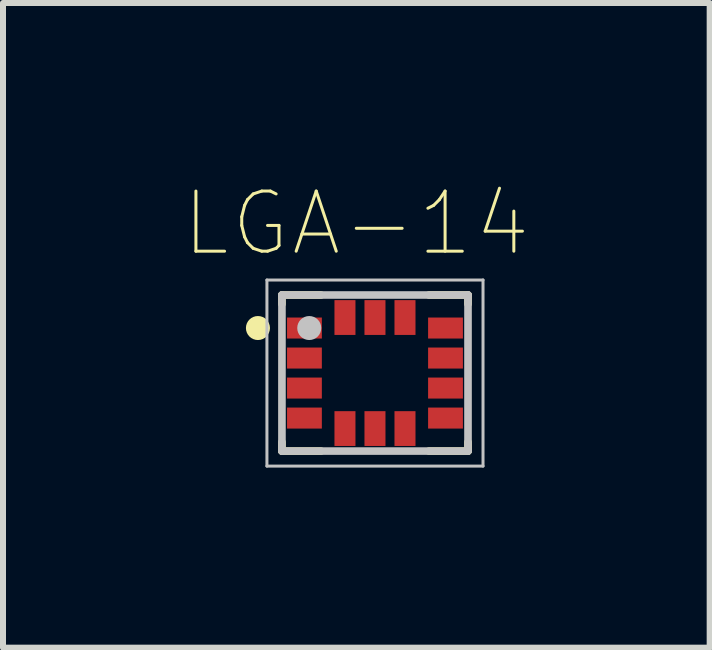
<source format=kicad_pcb>
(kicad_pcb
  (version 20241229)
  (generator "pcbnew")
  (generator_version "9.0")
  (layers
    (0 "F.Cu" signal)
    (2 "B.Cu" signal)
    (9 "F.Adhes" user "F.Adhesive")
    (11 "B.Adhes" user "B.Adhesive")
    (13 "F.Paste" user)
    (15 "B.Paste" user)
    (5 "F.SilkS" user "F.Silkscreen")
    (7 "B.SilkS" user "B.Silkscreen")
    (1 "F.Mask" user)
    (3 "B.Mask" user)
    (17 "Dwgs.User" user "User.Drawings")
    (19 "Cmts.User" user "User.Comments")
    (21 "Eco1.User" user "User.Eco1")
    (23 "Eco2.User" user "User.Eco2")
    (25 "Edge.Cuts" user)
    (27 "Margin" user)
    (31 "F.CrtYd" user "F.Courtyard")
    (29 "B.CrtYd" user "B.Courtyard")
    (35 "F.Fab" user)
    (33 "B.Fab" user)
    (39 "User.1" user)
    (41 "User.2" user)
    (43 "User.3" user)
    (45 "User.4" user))
  (footprint "LGA-14"
    (layer "F.Cu")
    (at 3.197 3.165)
    (property "Reference" "LGA-14" (at -0.311 -2.491 0) (layer "F.SilkS") (effects (font (size 1.002 1.002) (thickness 0.05))))
    (attr smd)
    (fp_line (start -1.55 -1.3) (end -1.55 -1.15) (stroke (width 0.127) (type solid)) (layer "F.SilkS"))
    (fp_line (start -1.55 1.15) (end -1.55 1.3) (stroke (width 0.127) (type solid)) (layer "F.SilkS"))
    (fp_line (start -1.55 1.3) (end -0.9 1.3) (stroke (width 0.127) (type solid)) (layer "F.SilkS"))
    (fp_line (start -0.9 -1.3) (end -1.55 -1.3) (stroke (width 0.127) (type solid)) (layer "F.SilkS"))
    (fp_line (start 0.9 -1.3) (end 1.55 -1.3) (stroke (width 0.127) (type solid)) (layer "F.SilkS"))
    (fp_line (start 1.55 -1.3) (end 1.55 -1.15) (stroke (width 0.127) (type solid)) (layer "F.SilkS"))
    (fp_line (start 1.55 1.15) (end 1.55 1.3) (stroke (width 0.127) (type solid)) (layer "F.SilkS"))
    (fp_line (start 1.55 1.3) (end 0.9 1.3) (stroke (width 0.127) (type solid)) (layer "F.SilkS"))
    (fp_circle (center -1.95 -0.75) (end -1.85 -0.75) (stroke (width 0.2) (type solid)) (fill no) (layer "F.SilkS"))
    (fp_line (start -1.8 -1.55) (end 1.8 -1.55) (stroke (width 0.05) (type solid)) (layer "Dwgs.User"))
    (fp_line (start -1.8 1.55) (end -1.8 -1.55) (stroke (width 0.05) (type solid)) (layer "Dwgs.User"))
    (fp_line (start -1.55 -1.3) (end 1.55 -1.3) (stroke (width 0.127) (type solid)) (layer "Dwgs.User"))
    (fp_line (start -1.55 1.3) (end -1.55 -1.3) (stroke (width 0.127) (type solid)) (layer "Dwgs.User"))
    (fp_line (start 1.55 -1.3) (end 1.55 1.3) (stroke (width 0.127) (type solid)) (layer "Dwgs.User"))
    (fp_line (start 1.55 1.3) (end -1.55 1.3) (stroke (width 0.127) (type solid)) (layer "Dwgs.User"))
    (fp_line (start 1.8 -1.55) (end 1.8 1.55) (stroke (width 0.05) (type solid)) (layer "Dwgs.User"))
    (fp_line (start 1.8 1.55) (end -1.8 1.55) (stroke (width 0.05) (type solid)) (layer "Dwgs.User"))
    (fp_circle (center -1.095 -0.75) (end -0.995 -0.75) (stroke (width 0.2) (type solid)) (fill no) (layer "Dwgs.User"))
    (pad "1" smd rect (at -1.175 -0.75 180) (size 0.58 0.35) (layers "F.Cu" "F.Mask" "F.Paste"))
    (pad "2" smd rect (at -1.175 -0.25 180) (size 0.58 0.35) (layers "F.Cu" "F.Mask" "F.Paste"))
    (pad "3" smd rect (at -1.175 0.25 180) (size 0.58 0.35) (layers "F.Cu" "F.Mask" "F.Paste"))
    (pad "4" smd rect (at -1.175 0.75 180) (size 0.58 0.35) (layers "F.Cu" "F.Mask" "F.Paste"))
    (pad "5" smd rect (at -0.5 0.925 90) (size 0.58 0.35) (layers "F.Cu" "F.Mask" "F.Paste"))
    (pad "6" smd rect (at 0 0.925 90) (size 0.58 0.35) (layers "F.Cu" "F.Mask" "F.Paste"))
    (pad "7" smd rect (at 0.5 0.925 90) (size 0.58 0.35) (layers "F.Cu" "F.Mask" "F.Paste"))
    (pad "8" smd rect (at 1.175 0.75 180) (size 0.58 0.35) (layers "F.Cu" "F.Mask" "F.Paste"))
    (pad "9" smd rect (at 1.175 0.25 180) (size 0.58 0.35) (layers "F.Cu" "F.Mask" "F.Paste"))
    (pad "10" smd rect (at 1.175 -0.25 180) (size 0.58 0.35) (layers "F.Cu" "F.Mask" "F.Paste"))
    (pad "11" smd rect (at 1.175 -0.75 180) (size 0.58 0.35) (layers "F.Cu" "F.Mask" "F.Paste"))
    (pad "12" smd rect (at 0.5 -0.925 90) (size 0.58 0.35) (layers "F.Cu" "F.Mask" "F.Paste"))
    (pad "13" smd rect (at 0 -0.925 90) (size 0.58 0.35) (layers "F.Cu" "F.Mask" "F.Paste"))
    (pad "14" smd rect (at -0.5 -0.925 90) (size 0.58 0.35) (layers "F.Cu" "F.Mask" "F.Paste")))
  (gr_rect
    (start -3 -3)
    (end 8.773 7.74)
    (stroke (width 0.1) (type default))
    (fill no)
    (layer "Edge.Cuts")))
</source>
